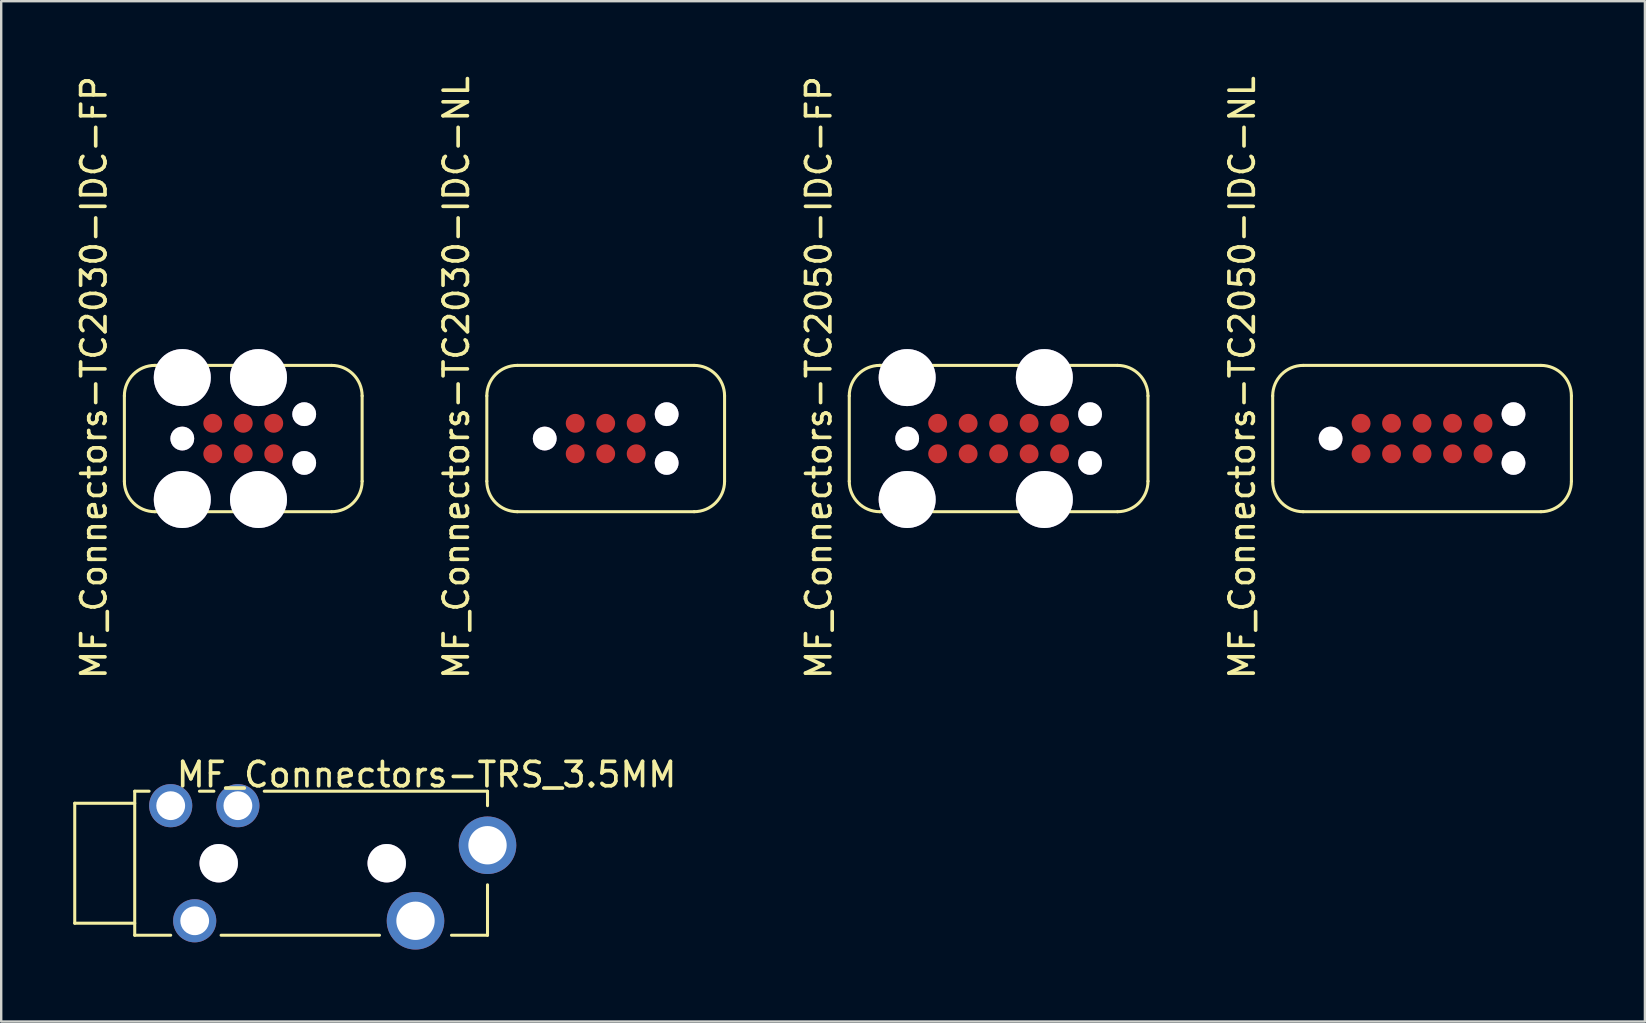
<source format=kicad_pcb>
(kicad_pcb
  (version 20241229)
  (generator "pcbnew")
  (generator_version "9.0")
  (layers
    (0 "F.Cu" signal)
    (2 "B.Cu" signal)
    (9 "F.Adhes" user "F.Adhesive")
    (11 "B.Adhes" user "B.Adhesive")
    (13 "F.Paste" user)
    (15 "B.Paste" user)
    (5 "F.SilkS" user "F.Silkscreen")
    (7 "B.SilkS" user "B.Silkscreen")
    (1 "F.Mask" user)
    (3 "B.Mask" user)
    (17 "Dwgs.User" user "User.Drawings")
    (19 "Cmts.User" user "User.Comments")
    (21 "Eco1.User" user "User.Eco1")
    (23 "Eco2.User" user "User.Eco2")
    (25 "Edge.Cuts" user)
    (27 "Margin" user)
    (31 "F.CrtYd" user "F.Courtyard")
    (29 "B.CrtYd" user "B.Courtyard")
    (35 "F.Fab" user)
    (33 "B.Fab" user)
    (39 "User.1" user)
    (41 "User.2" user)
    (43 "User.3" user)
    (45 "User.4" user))
  (footprint "MF_Connectors-TC2030-IDC-NL"
    (layer "F.Cu")
    (at 22.186 15.222)
    (property "Reference" "MF_Connectors-TC2030-IDC-NL" (at -6.223 -2.54 90) (layer "F.SilkS") (effects (font (size 1.016 1.016) (thickness 0.152))))
    (attr smd)
    (fp_line (start -4.953 1.778) (end -4.953 -1.778) (stroke (width 0.127) (type solid)) (layer "F.SilkS"))
    (fp_line (start -3.683 -3.048) (end 3.683 -3.048) (stroke (width 0.127) (type solid)) (layer "F.SilkS"))
    (fp_line (start 3.683 3.048) (end -3.683 3.048) (stroke (width 0.127) (type solid)) (layer "F.SilkS"))
    (fp_line (start 4.953 -1.778) (end 4.953 1.778) (stroke (width 0.127) (type solid)) (layer "F.SilkS"))
    (fp_arc (start -4.953 -1.778) (mid -4.581026 -2.676026) (end -3.683 -3.048) (stroke (width 0.127) (type solid)) (layer "F.SilkS"))
    (fp_arc (start -3.683 3.048) (mid -4.581026 2.676026) (end -4.953 1.778) (stroke (width 0.127) (type solid)) (layer "F.SilkS"))
    (fp_arc (start 3.683 -3.048) (mid 4.581026 -2.676026) (end 4.953 -1.778) (stroke (width 0.127) (type solid)) (layer "F.SilkS"))
    (fp_arc (start 4.953 1.778) (mid 4.581026 2.676026) (end 3.683 3.048) (stroke (width 0.127) (type solid)) (layer "F.SilkS"))
    (pad "7" thru_hole circle (at -2.54 0) (size 0.991 0.991) (drill 0.991) (layers "*.Cu" "*.Mask"))
    (pad "7" thru_hole circle (at 2.54 -1.016) (size 0.991 0.991) (drill 0.991) (layers "*.Cu" "*.Mask"))
    (pad "7" thru_hole circle (at 2.54 1.016) (size 0.991 0.991) (drill 0.991) (layers "*.Cu" "*.Mask"))
    (pad "P$1" smd circle (at -1.27 0.635) (size 0.787 0.787) (layers "F.Cu" "F.Mask" "F.Paste"))
    (pad "P$2" smd circle (at -1.27 -0.635) (size 0.787 0.787) (layers "F.Cu" "F.Mask" "F.Paste"))
    (pad "P$3" smd circle (at 0 0.635) (size 0.787 0.787) (layers "F.Cu" "F.Mask" "F.Paste"))
    (pad "P$4" smd circle (at 0 -0.635) (size 0.787 0.787) (layers "F.Cu" "F.Mask" "F.Paste"))
    (pad "P$5" smd circle (at 1.27 0.635) (size 0.787 0.787) (layers "F.Cu" "F.Mask" "F.Paste"))
    (pad "P$6" smd circle (at 1.27 -0.635) (size 0.787 0.787) (layers "F.Cu" "F.Mask" "F.Paste")))
  (footprint "MF_Connectors-TRS_3.5MM"
    (layer "F.Cu")
    (at 2.563 32.916)
    (property "Reference" "MF_Connectors-TRS_3.5MM" (at 12.159 -3.691 180) (layer "F.SilkS") (effects (font (size 1.016 1.016) (thickness 0.152))))
    (attr exclude_from_pos_files exclude_from_bom)
    (fp_line (start -2.499 -2.499) (end -2.499 2.499) (stroke (width 0.127) (type solid)) (layer "F.SilkS"))
    (fp_line (start -2.499 2.499) (end 0 2.499) (stroke (width 0.127) (type solid)) (layer "F.SilkS"))
    (fp_line (start 0 -3) (end 0 3) (stroke (width 0.127) (type solid)) (layer "F.SilkS"))
    (fp_line (start 0 -2.499) (end -2.499 -2.499) (stroke (width 0.127) (type solid)) (layer "F.SilkS"))
    (fp_line (start 0 3) (end 1.499 3) (stroke (width 0.127) (type solid)) (layer "F.SilkS"))
    (fp_line (start 0.599 -3) (end 0 -3) (stroke (width 0.127) (type solid)) (layer "F.SilkS"))
    (fp_line (start 3.299 -3) (end 2.697 -3) (stroke (width 0.127) (type solid)) (layer "F.SilkS"))
    (fp_line (start 3.599 3) (end 10.198 3) (stroke (width 0.127) (type solid)) (layer "F.SilkS"))
    (fp_line (start 13.198 3) (end 14.699 3) (stroke (width 0.127) (type solid)) (layer "F.SilkS"))
    (fp_line (start 14.699 -3) (end 5.397 -3) (stroke (width 0.127) (type solid)) (layer "F.SilkS"))
    (fp_line (start 14.699 -2.398) (end 14.699 -3) (stroke (width 0.127) (type solid)) (layer "F.SilkS"))
    (fp_line (start 14.699 3) (end 14.699 0.899) (stroke (width 0.127) (type solid)) (layer "F.SilkS"))
    (pad "1" thru_hole circle (at 2.499 2.398) (size 1.798 1.798) (drill 1.199) (layers "*.Cu" "*.Mask"))
    (pad "2" thru_hole circle (at 11.699 2.398) (size 2.398 2.398) (drill 1.598) (layers "*.Cu" "*.Mask"))
    (pad "3" thru_hole circle (at 14.699 -0.749) (size 2.398 2.398) (drill 1.598) (layers "*.Cu" "*.Mask"))
    (pad "4" thru_hole circle (at 1.499 -2.398) (size 1.798 1.798) (drill 1.2) (layers "*.Cu" "*.Mask"))
    (pad "5" thru_hole circle (at 4.298 -2.398) (size 1.798 1.798) (drill 1.199) (layers "*.Cu" "*.Mask"))
    (pad "6" thru_hole circle (at 3.5 0) (size 1.6 1.6) (drill 1.6) (layers "*.Cu" "*.Mask"))
    (pad "7" thru_hole circle (at 10.5 0) (size 1.6 1.6) (drill 1.6) (layers "*.Cu" "*.Mask")))
  (footprint "MF_Connectors-TC2050-IDC-NL"
    (layer "F.Cu")
    (at 56.199 15.222)
    (property "Reference" "MF_Connectors-TC2050-IDC-NL" (at -7.493 -2.54 90) (layer "F.SilkS") (effects (font (size 1.016 1.016) (thickness 0.152))))
    (attr smd)
    (fp_line (start -6.223 1.778) (end -6.223 -1.778) (stroke (width 0.127) (type solid)) (layer "F.SilkS"))
    (fp_line (start -4.953 -3.048) (end 4.953 -3.048) (stroke (width 0.127) (type solid)) (layer "F.SilkS"))
    (fp_line (start 4.953 3.048) (end -4.953 3.048) (stroke (width 0.127) (type solid)) (layer "F.SilkS"))
    (fp_line (start 6.223 -1.778) (end 6.223 1.778) (stroke (width 0.127) (type solid)) (layer "F.SilkS"))
    (fp_arc (start -6.223 -1.778) (mid -5.851026 -2.676026) (end -4.953 -3.048) (stroke (width 0.127) (type solid)) (layer "F.SilkS"))
    (fp_arc (start -4.953 3.048) (mid -5.851026 2.676026) (end -6.223 1.778) (stroke (width 0.127) (type solid)) (layer "F.SilkS"))
    (fp_arc (start 4.953 -3.048) (mid 5.851026 -2.676026) (end 6.223 -1.778) (stroke (width 0.127) (type solid)) (layer "F.SilkS"))
    (fp_arc (start 6.223 1.778) (mid 5.851026 2.676026) (end 4.953 3.048) (stroke (width 0.127) (type solid)) (layer "F.SilkS"))
    (pad "1" smd circle (at -2.54 0.635) (size 0.787 0.787) (layers "F.Cu" "F.Mask"))
    (pad "2" smd circle (at -1.27 0.635) (size 0.787 0.787) (layers "F.Cu" "F.Mask"))
    (pad "3" smd circle (at 0 0.635) (size 0.787 0.787) (layers "F.Cu" "F.Mask"))
    (pad "4" smd circle (at 1.27 0.635) (size 0.787 0.787) (layers "F.Cu" "F.Mask"))
    (pad "5" smd circle (at 2.54 0.635) (size 0.787 0.787) (layers "F.Cu" "F.Mask"))
    (pad "6" smd circle (at 2.54 -0.635) (size 0.787 0.787) (layers "F.Cu" "F.Mask"))
    (pad "7" smd circle (at 1.27 -0.635) (size 0.787 0.787) (layers "F.Cu" "F.Mask"))
    (pad "8" smd circle (at 0 -0.635) (size 0.787 0.787) (layers "F.Cu" "F.Mask"))
    (pad "9" smd circle (at -1.27 -0.635) (size 0.787 0.787) (layers "F.Cu" "F.Mask"))
    (pad "10" smd circle (at -2.54 -0.635) (size 0.787 0.787) (layers "F.Cu" "F.Mask"))
    (pad "11" thru_hole circle (at -3.81 0) (size 0.991 0.991) (drill 0.991) (layers "*.Cu" "*.Mask"))
    (pad "12" thru_hole circle (at 3.81 -1.016) (size 0.991 0.991) (drill 0.991) (layers "*.Cu" "*.Mask"))
    (pad "13" thru_hole circle (at 3.81 1.016) (size 0.991 0.991) (drill 0.991) (layers "*.Cu" "*.Mask")))
  (footprint "MF_Connectors-TC2030-IDC-FP"
    (layer "F.Cu")
    (at 7.085 15.222)
    (property "Reference" "MF_Connectors-TC2030-IDC-FP" (at -6.223 -2.54 90) (layer "F.SilkS") (effects (font (size 1.016 1.016) (thickness 0.152))))
    (attr smd)
    (fp_line (start -4.953 1.778) (end -4.953 -1.778) (stroke (width 0.127) (type solid)) (layer "F.SilkS"))
    (fp_line (start -3.683 -3.048) (end 3.683 -3.048) (stroke (width 0.127) (type solid)) (layer "F.SilkS"))
    (fp_line (start 3.683 3.048) (end -3.683 3.048) (stroke (width 0.127) (type solid)) (layer "F.SilkS"))
    (fp_line (start 4.953 -1.778) (end 4.953 1.778) (stroke (width 0.127) (type solid)) (layer "F.SilkS"))
    (fp_arc (start -4.953 -1.778) (mid -4.581026 -2.676026) (end -3.683 -3.048) (stroke (width 0.127) (type solid)) (layer "F.SilkS"))
    (fp_arc (start -3.683 3.048) (mid -4.581026 2.676026) (end -4.953 1.778) (stroke (width 0.127) (type solid)) (layer "F.SilkS"))
    (fp_arc (start 3.683 -3.048) (mid 4.581026 -2.676026) (end 4.953 -1.778) (stroke (width 0.127) (type solid)) (layer "F.SilkS"))
    (fp_arc (start 4.953 1.778) (mid 4.581026 2.676026) (end 3.683 3.048) (stroke (width 0.127) (type solid)) (layer "F.SilkS"))
    (pad "1" smd circle (at -1.27 0.635) (size 0.787 0.787) (layers "F.Cu" "F.Mask"))
    (pad "2" smd circle (at -1.27 -0.635) (size 0.787 0.787) (layers "F.Cu" "F.Mask"))
    (pad "3" smd circle (at 0 0.635) (size 0.787 0.787) (layers "F.Cu" "F.Mask"))
    (pad "4" smd circle (at 0 -0.635) (size 0.787 0.787) (layers "F.Cu" "F.Mask"))
    (pad "5" smd circle (at 1.27 0.635) (size 0.787 0.787) (layers "F.Cu" "F.Mask"))
    (pad "6" smd circle (at 1.27 -0.635) (size 0.787 0.787) (layers "F.Cu" "F.Mask"))
    (pad "7" thru_hole circle (at -2.54 -2.54) (size 2.375 2.375) (drill 2.375) (layers "*.Cu" "*.Mask"))
    (pad "7" thru_hole circle (at -2.54 0) (size 0.991 0.991) (drill 0.991) (layers "*.Cu" "*.Mask"))
    (pad "7" thru_hole circle (at -2.54 2.54) (size 2.375 2.375) (drill 2.375) (layers "*.Cu" "*.Mask"))
    (pad "7" thru_hole circle (at 0.635 -2.54) (size 2.375 2.375) (drill 2.375) (layers "*.Cu" "*.Mask"))
    (pad "7" thru_hole circle (at 0.635 2.54) (size 2.375 2.375) (drill 2.375) (layers "*.Cu" "*.Mask"))
    (pad "7" thru_hole circle (at 2.54 -1.016) (size 0.991 0.991) (drill 0.991) (layers "*.Cu" "*.Mask"))
    (pad "7" thru_hole circle (at 2.54 1.016) (size 0.991 0.991) (drill 0.991) (layers "*.Cu" "*.Mask")))
  (footprint "MF_Connectors-TC2050-IDC-FP"
    (layer "F.Cu")
    (at 38.557 15.222)
    (property "Reference" "MF_Connectors-TC2050-IDC-FP" (at -7.493 -2.54 90) (layer "F.SilkS") (effects (font (size 1.016 1.016) (thickness 0.152))))
    (attr smd)
    (fp_line (start -6.223 1.778) (end -6.223 -1.778) (stroke (width 0.127) (type solid)) (layer "F.SilkS"))
    (fp_line (start -4.953 -3.048) (end 4.953 -3.048) (stroke (width 0.127) (type solid)) (layer "F.SilkS"))
    (fp_line (start 4.953 3.048) (end -4.953 3.048) (stroke (width 0.127) (type solid)) (layer "F.SilkS"))
    (fp_line (start 6.223 -1.778) (end 6.223 1.778) (stroke (width 0.127) (type solid)) (layer "F.SilkS"))
    (fp_arc (start -6.223 -1.778) (mid -5.851026 -2.676026) (end -4.953 -3.048) (stroke (width 0.127) (type solid)) (layer "F.SilkS"))
    (fp_arc (start -4.953 3.048) (mid -5.851026 2.676026) (end -6.223 1.778) (stroke (width 0.127) (type solid)) (layer "F.SilkS"))
    (fp_arc (start 4.953 -3.048) (mid 5.851026 -2.676026) (end 6.223 -1.778) (stroke (width 0.127) (type solid)) (layer "F.SilkS"))
    (fp_arc (start 6.223 1.778) (mid 5.851026 2.676026) (end 4.953 3.048) (stroke (width 0.127) (type solid)) (layer "F.SilkS"))
    (pad "1" smd circle (at -2.54 0.635) (size 0.787 0.787) (layers "F.Cu" "F.Mask"))
    (pad "2" smd circle (at -1.27 0.635) (size 0.787 0.787) (layers "F.Cu" "F.Mask"))
    (pad "3" smd circle (at 0 0.635) (size 0.787 0.787) (layers "F.Cu" "F.Mask"))
    (pad "4" smd circle (at 1.27 0.635) (size 0.787 0.787) (layers "F.Cu" "F.Mask"))
    (pad "5" smd circle (at 2.54 0.635) (size 0.787 0.787) (layers "F.Cu" "F.Mask"))
    (pad "6" smd circle (at 2.54 -0.635) (size 0.787 0.787) (layers "F.Cu" "F.Mask"))
    (pad "7" smd circle (at 1.27 -0.635) (size 0.787 0.787) (layers "F.Cu" "F.Mask"))
    (pad "8" smd circle (at 0 -0.635) (size 0.787 0.787) (layers "F.Cu" "F.Mask"))
    (pad "9" smd circle (at -1.27 -0.635) (size 0.787 0.787) (layers "F.Cu" "F.Mask"))
    (pad "10" smd circle (at -2.54 -0.635) (size 0.787 0.787) (layers "F.Cu" "F.Mask"))
    (pad "11" thru_hole circle (at -3.81 -2.54) (size 2.375 2.375) (drill 2.375) (layers "*.Cu" "*.Mask"))
    (pad "11" thru_hole circle (at -3.81 2.54) (size 2.375 2.375) (drill 2.375) (layers "*.Cu" "*.Mask"))
    (pad "11" thru_hole circle (at 1.905 -2.54) (size 2.375 2.375) (drill 2.375) (layers "*.Cu" "*.Mask"))
    (pad "11" thru_hole circle (at 1.905 2.54) (size 2.375 2.375) (drill 2.375) (layers "*.Cu" "*.Mask"))
    (pad "12" thru_hole circle (at -3.81 0) (size 0.991 0.991) (drill 0.991) (layers "*.Cu" "*.Mask"))
    (pad "12" thru_hole circle (at 3.81 -1.016) (size 0.991 0.991) (drill 0.991) (layers "*.Cu" "*.Mask"))
    (pad "12" thru_hole circle (at 3.81 1.016) (size 0.991 0.991) (drill 0.991) (layers "*.Cu" "*.Mask")))
  (gr_rect
    (start -3 -3)
    (end 65.485 39.513)
    (stroke (width 0.1) (type default))
    (fill no)
    (layer "Edge.Cuts")))
</source>
